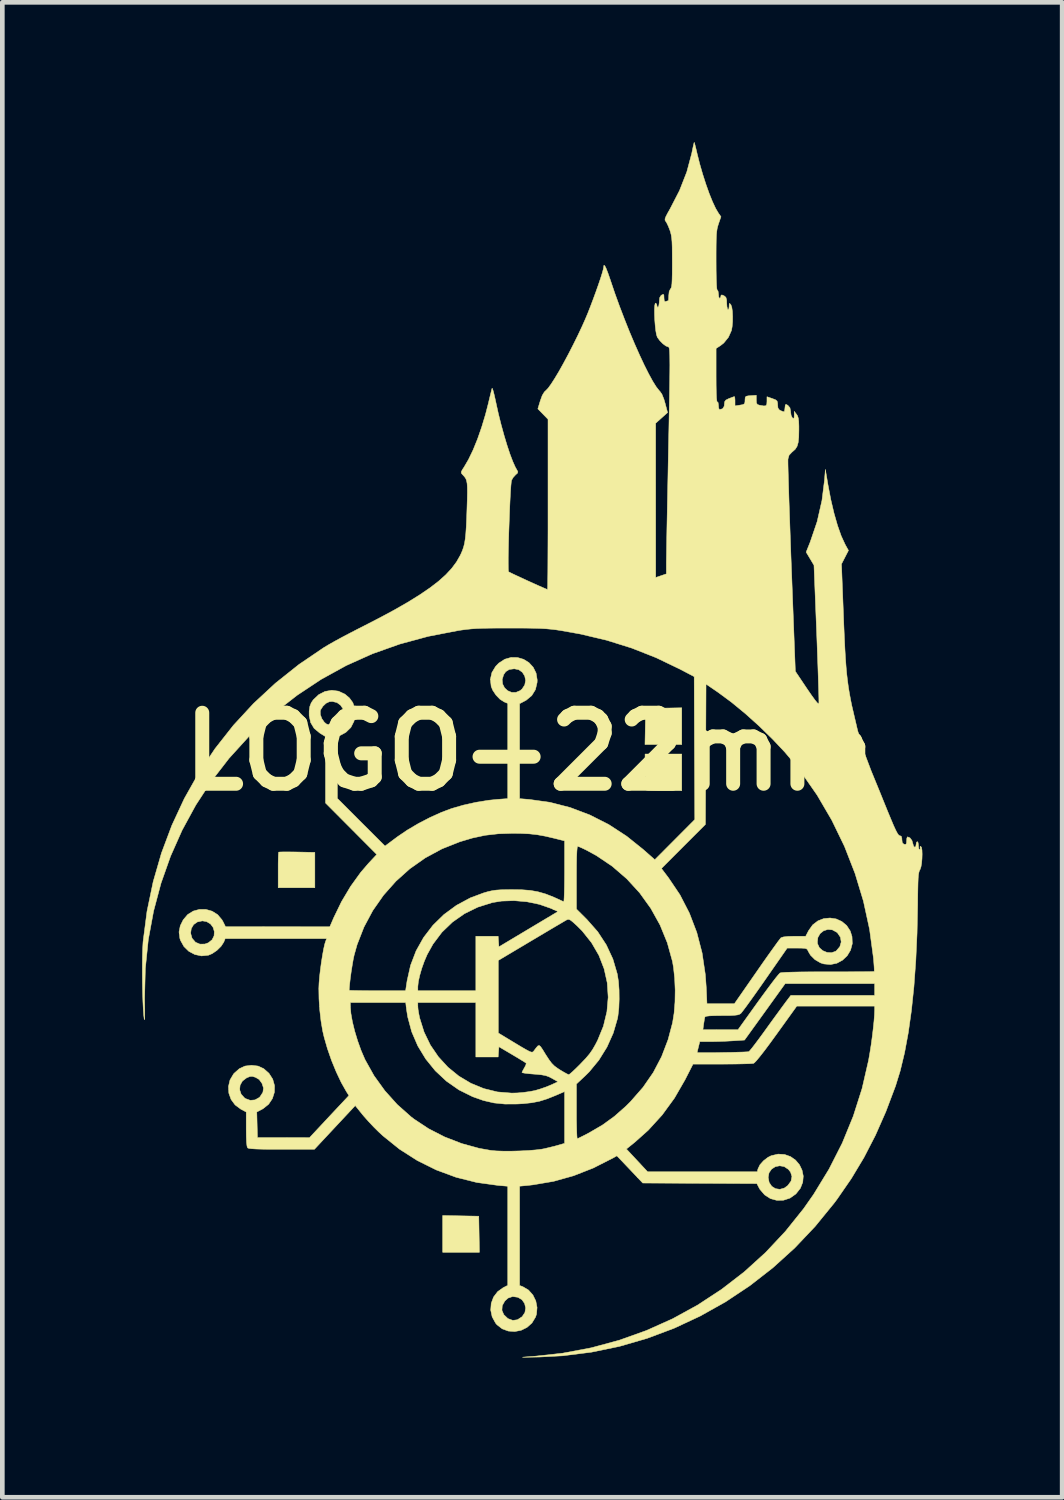
<source format=kicad_pcb>
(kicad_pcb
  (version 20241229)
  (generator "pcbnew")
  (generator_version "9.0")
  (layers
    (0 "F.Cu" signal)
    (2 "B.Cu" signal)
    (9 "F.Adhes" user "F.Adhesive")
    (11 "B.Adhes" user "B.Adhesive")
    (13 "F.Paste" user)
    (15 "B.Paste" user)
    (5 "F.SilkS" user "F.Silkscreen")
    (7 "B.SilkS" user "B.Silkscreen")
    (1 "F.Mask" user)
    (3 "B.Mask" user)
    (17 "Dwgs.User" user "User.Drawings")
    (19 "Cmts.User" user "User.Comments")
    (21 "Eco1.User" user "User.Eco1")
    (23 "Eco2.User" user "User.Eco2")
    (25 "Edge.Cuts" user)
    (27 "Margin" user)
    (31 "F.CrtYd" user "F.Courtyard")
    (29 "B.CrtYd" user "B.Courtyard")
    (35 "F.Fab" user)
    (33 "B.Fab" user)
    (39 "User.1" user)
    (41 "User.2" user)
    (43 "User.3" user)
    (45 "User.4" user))
  (footprint "LOGO-22mm"
    (layer "F.Cu")
    (at 8.33 13.081)
    (property "Reference" "LOGO-22mm" (at 0 0 0) (layer "F.SilkS") (effects (font (size 1.524 1.524) (thickness 0.3))))
    (attr through_hole)
    (fp_poly (pts (xy 3.251 -0.152) (xy 2.462 -0.152) (xy 2.477 -0.927) (xy 3.251 -0.941) (xy 3.251 -0.152)) (stroke (width 0.01) (type solid)) (fill yes) (layer "F.SilkS"))
    (fp_poly (pts (xy -1.105 9.97) (xy -1.098 10.357) (xy -1.091 10.744) (xy -1.88 10.744) (xy -1.88 9.955) (xy -1.105 9.97)) (stroke (width 0.01) (type solid)) (fill yes) (layer "F.SilkS"))
    (fp_poly (pts (xy -5.075 2.153) (xy -5.006 2.154) (xy -4.623 2.162) (xy -4.623 2.921) (xy -5.41 2.921) (xy -5.41 2.544) (xy -5.41 2.411) (xy -5.408 2.298) (xy -5.405 2.212) (xy -5.401 2.164) (xy -5.4 2.157) (xy -5.372 2.154) (xy -5.303 2.152) (xy -5.2 2.152) (xy -5.075 2.153)) (stroke (width 0.01) (type solid)) (fill yes) (layer "F.SilkS"))
    (fp_poly (pts (xy 3.251 0.838) (xy 2.874 0.838) (xy 2.741 0.837) (xy 2.626 0.834) (xy 2.539 0.83) (xy 2.489 0.824) (xy 2.481 0.821) (xy 2.475 0.791) (xy 2.47 0.72) (xy 2.466 0.616) (xy 2.464 0.49) (xy 2.464 0.428) (xy 2.464 0.051) (xy 3.251 0.051) (xy 3.251 0.838)) (stroke (width 0.01) (type solid)) (fill yes) (layer "F.SilkS"))
    (fp_poly (pts (xy 3.526 -13.056) (xy 3.542 -12.996) (xy 3.564 -12.908) (xy 3.581 -12.834) (xy 3.636 -12.615) (xy 3.7 -12.393) (xy 3.769 -12.179) (xy 3.84 -11.979) (xy 3.911 -11.803) (xy 3.978 -11.66) (xy 4.038 -11.558) (xy 4.039 -11.556) (xy 4.093 -11.48) (xy 4.04 -11.328) (xy 4.024 -11.276) (xy 4.011 -11.224) (xy 4.002 -11.163) (xy 3.995 -11.087) (xy 3.991 -10.987) (xy 3.989 -10.857) (xy 3.988 -10.689) (xy 3.988 -10.541) (xy 3.989 -10.326) (xy 3.992 -10.154) (xy 3.997 -10.025) (xy 4.003 -9.942) (xy 4.011 -9.907) (xy 4.013 -9.906) (xy 4.03 -9.884) (xy 4.038 -9.829) (xy 4.039 -9.817) (xy 4.045 -9.758) (xy 4.061 -9.729) (xy 4.064 -9.728) (xy 4.087 -9.749) (xy 4.089 -9.766) (xy 4.096 -9.799) (xy 4.124 -9.799) (xy 4.167 -9.778) (xy 4.199 -9.749) (xy 4.214 -9.694) (xy 4.216 -9.627) (xy 4.221 -9.552) (xy 4.233 -9.499) (xy 4.242 -9.487) (xy 4.26 -9.497) (xy 4.268 -9.548) (xy 4.268 -9.555) (xy 4.27 -9.61) (xy 4.28 -9.62) (xy 4.305 -9.591) (xy 4.306 -9.59) (xy 4.325 -9.538) (xy 4.338 -9.449) (xy 4.343 -9.34) (xy 4.342 -9.224) (xy 4.332 -9.116) (xy 4.318 -9.039) (xy 4.253 -8.893) (xy 4.152 -8.769) (xy 4.082 -8.714) (xy 3.988 -8.653) (xy 3.988 -8.071) (xy 3.989 -7.862) (xy 3.992 -7.7) (xy 3.997 -7.587) (xy 4.005 -7.521) (xy 4.013 -7.506) (xy 4.03 -7.495) (xy 4.038 -7.443) (xy 4.039 -7.431) (xy 4.044 -7.372) (xy 4.059 -7.342) (xy 4.062 -7.341) (xy 4.129 -7.359) (xy 4.162 -7.414) (xy 4.166 -7.455) (xy 4.172 -7.51) (xy 4.198 -7.545) (xy 4.259 -7.576) (xy 4.268 -7.579) (xy 4.333 -7.604) (xy 4.375 -7.619) (xy 4.382 -7.62) (xy 4.39 -7.597) (xy 4.394 -7.541) (xy 4.394 -7.52) (xy 4.394 -7.42) (xy 4.489 -7.435) (xy 4.561 -7.447) (xy 4.595 -7.465) (xy 4.607 -7.501) (xy 4.609 -7.551) (xy 4.613 -7.6) (xy 4.631 -7.626) (xy 4.678 -7.636) (xy 4.731 -7.64) (xy 4.851 -7.648) (xy 4.851 -7.548) (xy 4.855 -7.483) (xy 4.875 -7.45) (xy 4.923 -7.434) (xy 4.931 -7.433) (xy 5.013 -7.419) (xy 5.058 -7.424) (xy 5.076 -7.455) (xy 5.08 -7.517) (xy 5.08 -7.617) (xy 5.194 -7.578) (xy 5.264 -7.551) (xy 5.297 -7.524) (xy 5.308 -7.48) (xy 5.309 -7.444) (xy 5.316 -7.375) (xy 5.344 -7.335) (xy 5.373 -7.319) (xy 5.428 -7.296) (xy 5.453 -7.3) (xy 5.462 -7.341) (xy 5.466 -7.379) (xy 5.473 -7.438) (xy 5.488 -7.454) (xy 5.521 -7.436) (xy 5.531 -7.429) (xy 5.573 -7.38) (xy 5.588 -7.306) (xy 5.588 -7.291) (xy 5.598 -7.217) (xy 5.623 -7.166) (xy 5.626 -7.163) (xy 5.652 -7.149) (xy 5.663 -7.17) (xy 5.665 -7.217) (xy 5.665 -7.303) (xy 5.715 -7.239) (xy 5.738 -7.203) (xy 5.752 -7.156) (xy 5.761 -7.088) (xy 5.765 -6.988) (xy 5.765 -6.901) (xy 5.762 -6.748) (xy 5.75 -6.635) (xy 5.726 -6.552) (xy 5.686 -6.489) (xy 5.627 -6.436) (xy 5.617 -6.428) (xy 5.555 -6.363) (xy 5.531 -6.28) (xy 5.53 -6.241) (xy 5.531 -6.155) (xy 5.534 -6.026) (xy 5.539 -5.857) (xy 5.545 -5.653) (xy 5.552 -5.418) (xy 5.561 -5.154) (xy 5.571 -4.867) (xy 5.582 -4.56) (xy 5.593 -4.236) (xy 5.604 -3.954) (xy 5.689 -1.724) (xy 5.937 -1.354) (xy 6.036 -1.21) (xy 6.11 -1.108) (xy 6.16 -1.047) (xy 6.188 -1.026) (xy 6.194 -1.032) (xy 6.195 -1.066) (xy 6.194 -1.145) (xy 6.191 -1.266) (xy 6.186 -1.424) (xy 6.18 -1.614) (xy 6.173 -1.831) (xy 6.164 -2.071) (xy 6.155 -2.329) (xy 6.147 -2.54) (xy 6.089 -4) (xy 6.005 -4.141) (xy 5.921 -4.282) (xy 6.007 -4.497) (xy 6.157 -4.937) (xy 6.26 -5.39) (xy 6.315 -5.829) (xy 6.333 -6.058) (xy 6.389 -5.728) (xy 6.45 -5.409) (xy 6.519 -5.116) (xy 6.594 -4.854) (xy 6.673 -4.63) (xy 6.756 -4.45) (xy 6.768 -4.427) (xy 6.829 -4.318) (xy 6.754 -4.172) (xy 6.679 -4.026) (xy 6.718 -3.023) (xy 6.73 -2.706) (xy 6.742 -2.434) (xy 6.753 -2.2) (xy 6.765 -1.998) (xy 6.778 -1.822) (xy 6.792 -1.666) (xy 6.809 -1.523) (xy 6.827 -1.388) (xy 6.849 -1.254) (xy 6.875 -1.114) (xy 6.897 -1.003) (xy 7.026 -0.451) (xy 7.185 0.065) (xy 7.314 0.407) (xy 7.364 0.529) (xy 7.428 0.685) (xy 7.501 0.863) (xy 7.576 1.049) (xy 7.65 1.231) (xy 7.663 1.264) (xy 7.738 1.444) (xy 7.796 1.582) (xy 7.842 1.682) (xy 7.877 1.749) (xy 7.904 1.788) (xy 7.924 1.803) (xy 7.929 1.803) (xy 7.962 1.816) (xy 7.975 1.861) (xy 7.976 1.889) (xy 7.984 1.955) (xy 8.016 1.985) (xy 8.026 1.989) (xy 8.061 1.99) (xy 8.075 1.962) (xy 8.077 1.915) (xy 8.082 1.857) (xy 8.095 1.829) (xy 8.098 1.829) (xy 8.149 1.851) (xy 8.191 1.906) (xy 8.209 1.967) (xy 8.225 2.025) (xy 8.249 2.051) (xy 8.272 2.042) (xy 8.28 1.996) (xy 8.289 1.947) (xy 8.306 1.93) (xy 8.323 1.953) (xy 8.331 2.008) (xy 8.331 2.019) (xy 8.337 2.078) (xy 8.353 2.107) (xy 8.356 2.108) (xy 8.37 2.09) (xy 8.366 2.07) (xy 8.367 2.037) (xy 8.379 2.032) (xy 8.396 2.055) (xy 8.407 2.115) (xy 8.41 2.2) (xy 8.407 2.297) (xy 8.399 2.393) (xy 8.385 2.474) (xy 8.366 2.529) (xy 8.364 2.532) (xy 8.35 2.558) (xy 8.34 2.594) (xy 8.331 2.645) (xy 8.325 2.719) (xy 8.321 2.821) (xy 8.318 2.957) (xy 8.315 3.134) (xy 8.314 3.274) (xy 8.301 3.898) (xy 8.274 4.488) (xy 8.234 5.042) (xy 8.18 5.557) (xy 8.113 6.031) (xy 8.033 6.462) (xy 7.94 6.849) (xy 7.839 7.176) (xy 7.632 7.725) (xy 7.408 8.233) (xy 7.162 8.71) (xy 6.89 9.163) (xy 6.586 9.603) (xy 6.521 9.69) (xy 6.114 10.189) (xy 5.675 10.652) (xy 5.206 11.077) (xy 4.71 11.463) (xy 4.19 11.809) (xy 3.647 12.113) (xy 3.086 12.375) (xy 2.507 12.592) (xy 1.914 12.764) (xy 1.309 12.889) (xy 0.695 12.966) (xy 0.203 12.992) (xy 0.04 12.995) (xy -0.075 12.997) (xy -0.143 12.998) (xy -0.167 12.997) (xy -0.147 12.994) (xy -0.087 12.989) (xy 0.012 12.982) (xy 0.064 12.979) (xy 0.694 12.91) (xy 1.31 12.794) (xy 1.911 12.631) (xy 2.493 12.423) (xy 3.055 12.171) (xy 3.593 11.876) (xy 4.107 11.539) (xy 4.594 11.163) (xy 5.051 10.748) (xy 5.476 10.295) (xy 5.867 9.807) (xy 6.082 9.5) (xy 6.412 8.959) (xy 6.696 8.4) (xy 6.932 7.823) (xy 7.121 7.23) (xy 7.261 6.622) (xy 7.289 6.46) (xy 7.315 6.295) (xy 7.339 6.119) (xy 7.36 5.944) (xy 7.377 5.781) (xy 7.387 5.645) (xy 7.391 5.547) (xy 7.391 5.461) (xy 5.72 5.461) (xy 5.283 6.068) (xy 5.147 6.255) (xy 5.03 6.412) (xy 4.933 6.536) (xy 4.859 6.626) (xy 4.809 6.678) (xy 4.791 6.69) (xy 4.751 6.694) (xy 4.669 6.698) (xy 4.55 6.701) (xy 4.404 6.704) (xy 4.238 6.705) (xy 4.115 6.706) (xy 3.493 6.706) (xy 3.321 7.043) (xy 3.095 7.435) (xy 2.831 7.797) (xy 2.532 8.125) (xy 2.244 8.382) (xy 2.063 8.528) (xy 2.291 8.772) (xy 2.519 9.017) (xy 4.871 9.017) (xy 4.887 8.954) (xy 4.929 8.867) (xy 5.006 8.78) (xy 5.101 8.707) (xy 5.17 8.672) (xy 5.32 8.637) (xy 5.46 8.646) (xy 5.586 8.691) (xy 5.693 8.766) (xy 5.777 8.865) (xy 5.833 8.982) (xy 5.859 9.109) (xy 5.848 9.24) (xy 5.797 9.37) (xy 5.702 9.49) (xy 5.702 9.491) (xy 5.575 9.581) (xy 5.435 9.627) (xy 5.292 9.63) (xy 5.154 9.592) (xy 5.031 9.513) (xy 4.93 9.396) (xy 4.906 9.353) (xy 4.863 9.27) (xy 2.414 9.258) (xy 2.298 9.136) (xy 5.106 9.136) (xy 5.127 9.246) (xy 5.183 9.329) (xy 5.263 9.379) (xy 5.356 9.393) (xy 5.453 9.366) (xy 5.527 9.312) (xy 5.597 9.216) (xy 5.616 9.118) (xy 5.586 9.023) (xy 5.539 8.964) (xy 5.45 8.905) (xy 5.353 8.888) (xy 5.259 8.907) (xy 5.179 8.959) (xy 5.124 9.039) (xy 5.106 9.136) (xy 2.298 9.136) (xy 2.137 8.966) (xy 1.859 8.674) (xy 1.774 8.722) (xy 1.352 8.936) (xy 0.929 9.102) (xy 0.5 9.222) (xy 0.057 9.297) (xy -0.057 9.31) (xy -0.229 9.326) (xy -0.229 11.457) (xy -0.159 11.483) (xy -0.039 11.554) (xy 0.056 11.66) (xy 0.119 11.789) (xy 0.146 11.93) (xy 0.134 12.072) (xy 0.113 12.135) (xy 0.036 12.262) (xy -0.071 12.357) (xy -0.197 12.419) (xy -0.334 12.445) (xy -0.472 12.435) (xy -0.602 12.387) (xy -0.714 12.3) (xy -0.744 12.265) (xy -0.818 12.129) (xy -0.848 11.989) (xy -0.608 11.989) (xy -0.568 12.083) (xy -0.483 12.164) (xy -0.475 12.169) (xy -0.375 12.206) (xy -0.275 12.192) (xy -0.177 12.128) (xy -0.172 12.123) (xy -0.115 12.037) (xy -0.099 11.94) (xy -0.121 11.844) (xy -0.178 11.762) (xy -0.266 11.71) (xy -0.378 11.694) (xy -0.476 11.727) (xy -0.546 11.79) (xy -0.601 11.889) (xy -0.608 11.989) (xy -0.848 11.989) (xy -0.849 11.985) (xy -0.838 11.84) (xy -0.788 11.705) (xy -0.7 11.589) (xy -0.583 11.505) (xy -0.483 11.454) (xy -0.483 9.327) (xy -0.692 9.309) (xy -1.148 9.246) (xy -1.591 9.135) (xy -2.018 8.977) (xy -2.425 8.775) (xy -2.807 8.531) (xy -3.162 8.245) (xy -3.254 8.16) (xy -3.359 8.056) (xy -3.469 7.939) (xy -3.567 7.829) (xy -3.608 7.78) (xy -3.756 7.596) (xy -4.194 8.065) (xy -4.632 8.534) (xy -5.333 8.534) (xy -5.561 8.534) (xy -5.741 8.532) (xy -5.878 8.528) (xy -5.975 8.522) (xy -6.036 8.515) (xy -6.064 8.505) (xy -6.066 8.504) (xy -6.079 8.467) (xy -6.089 8.386) (xy -6.094 8.259) (xy -6.096 8.104) (xy -6.096 7.734) (xy -6.213 7.672) (xy -6.335 7.581) (xy -6.421 7.464) (xy -6.469 7.329) (xy -6.473 7.255) (xy -6.237 7.255) (xy -6.205 7.351) (xy -6.132 7.432) (xy -6.111 7.446) (xy -6.01 7.483) (xy -5.908 7.474) (xy -5.818 7.424) (xy -5.798 7.404) (xy -5.738 7.311) (xy -5.725 7.219) (xy -5.757 7.12) (xy -5.819 7.035) (xy -5.898 6.989) (xy -5.964 6.969) (xy -6.017 6.972) (xy -6.085 7) (xy -6.088 7.001) (xy -6.177 7.069) (xy -6.227 7.158) (xy -6.237 7.255) (xy -6.473 7.255) (xy -6.477 7.187) (xy -6.444 7.047) (xy -6.369 6.919) (xy -6.355 6.903) (xy -6.243 6.804) (xy -6.123 6.748) (xy -5.982 6.731) (xy -5.84 6.748) (xy -5.72 6.804) (xy -5.608 6.903) (xy -5.527 7.029) (xy -5.488 7.168) (xy -5.491 7.31) (xy -5.534 7.446) (xy -5.615 7.567) (xy -5.732 7.661) (xy -5.751 7.672) (xy -5.869 7.734) (xy -5.862 8.008) (xy -5.855 8.283) (xy -5.296 8.283) (xy -4.737 8.284) (xy -4.315 7.832) (xy -3.892 7.381) (xy -3.95 7.289) (xy -4.057 7.099) (xy -4.164 6.873) (xy -4.265 6.627) (xy -4.353 6.374) (xy -4.423 6.131) (xy -4.455 5.994) (xy -4.491 5.78) (xy -4.518 5.544) (xy -4.529 5.385) (xy -3.861 5.385) (xy -3.861 5.471) (xy -3.849 5.618) (xy -3.817 5.798) (xy -3.768 5.998) (xy -3.705 6.206) (xy -3.632 6.41) (xy -3.551 6.599) (xy -3.542 6.617) (xy -3.353 6.955) (xy -3.121 7.277) (xy -2.854 7.574) (xy -2.558 7.837) (xy -2.494 7.886) (xy -2.182 8.092) (xy -1.837 8.269) (xy -1.47 8.411) (xy -1.095 8.514) (xy -0.847 8.558) (xy -0.729 8.569) (xy -0.576 8.574) (xy -0.401 8.574) (xy -0.217 8.569) (xy -0.039 8.56) (xy 0.121 8.547) (xy 0.249 8.531) (xy 0.292 8.523) (xy 0.406 8.496) (xy 0.524 8.467) (xy 0.603 8.445) (xy 0.737 8.406) (xy 0.737 7.295) (xy 0.54 7.38) (xy 0.36 7.452) (xy 0.197 7.503) (xy 0.032 7.535) (xy -0.154 7.555) (xy -0.281 7.562) (xy -0.545 7.563) (xy -0.78 7.539) (xy -1.005 7.487) (xy -1.237 7.405) (xy -1.531 7.259) (xy -1.799 7.072) (xy -2.038 6.849) (xy -2.244 6.595) (xy -2.414 6.315) (xy -2.544 6.013) (xy -2.63 5.694) (xy -2.656 5.531) (xy -2.673 5.385) (xy -2.413 5.385) (xy -2.413 5.467) (xy -2.407 5.536) (xy -2.391 5.631) (xy -2.374 5.715) (xy -2.279 6.018) (xy -2.144 6.297) (xy -1.971 6.55) (xy -1.766 6.773) (xy -1.533 6.963) (xy -1.275 7.117) (xy -0.997 7.231) (xy -0.704 7.303) (xy -0.399 7.328) (xy -0.279 7.325) (xy -0.152 7.314) (xy -0.018 7.296) (xy 0.094 7.275) (xy 0.102 7.273) (xy 0.217 7.239) (xy 0.346 7.194) (xy 0.431 7.159) (xy 0.595 7.085) (xy 0.468 7.012) (xy 0.398 6.976) (xy 0.329 6.952) (xy 0.243 6.936) (xy 0.128 6.924) (xy 0.081 6.921) (xy -0.026 6.912) (xy -0.112 6.902) (xy -0.165 6.892) (xy -0.178 6.886) (xy -0.166 6.857) (xy -0.136 6.802) (xy -0.126 6.785) (xy -0.096 6.728) (xy -0.087 6.69) (xy -0.089 6.685) (xy -0.115 6.667) (xy -0.176 6.629) (xy -0.264 6.575) (xy -0.37 6.512) (xy -0.388 6.501) (xy -0.673 6.333) (xy -0.689 6.553) (xy -1.168 6.553) (xy -1.168 5.385) (xy -2.413 5.385) (xy -2.673 5.385) (xy -3.861 5.385) (xy -4.529 5.385) (xy -4.534 5.307) (xy -4.537 5.121) (xy -3.886 5.121) (xy -3.862 5.124) (xy -3.794 5.126) (xy -3.689 5.128) (xy -3.554 5.13) (xy -3.396 5.131) (xy -3.281 5.131) (xy -2.675 5.131) (xy -2.663 5.046) (xy -2.413 5.046) (xy -2.413 5.131) (xy -1.168 5.131) (xy -1.168 4.481) (xy -0.686 4.481) (xy -0.686 6.038) (xy -0.324 6.257) (xy -0.191 6.337) (xy -0.094 6.393) (xy -0.027 6.429) (xy 0.017 6.447) (xy 0.044 6.449) (xy 0.063 6.44) (xy 0.076 6.424) (xy 0.127 6.356) (xy 0.163 6.315) (xy 0.192 6.306) (xy 0.222 6.331) (xy 0.264 6.392) (xy 0.325 6.492) (xy 0.33 6.5) (xy 0.401 6.609) (xy 0.459 6.687) (xy 0.518 6.746) (xy 0.589 6.798) (xy 0.635 6.828) (xy 0.717 6.877) (xy 0.784 6.914) (xy 0.823 6.932) (xy 0.826 6.932) (xy 0.852 6.916) (xy 0.906 6.869) (xy 0.98 6.799) (xy 1.067 6.713) (xy 1.083 6.696) (xy 1.191 6.583) (xy 1.272 6.487) (xy 1.337 6.394) (xy 1.398 6.288) (xy 1.446 6.195) (xy 1.57 5.891) (xy 1.645 5.581) (xy 1.672 5.27) (xy 1.652 4.962) (xy 1.585 4.661) (xy 1.473 4.372) (xy 1.315 4.1) (xy 1.114 3.848) (xy 1.005 3.739) (xy 0.923 3.664) (xy 0.869 3.62) (xy 0.832 3.601) (xy 0.802 3.602) (xy 0.777 3.613) (xy 0.742 3.633) (xy 0.668 3.677) (xy 0.562 3.739) (xy 0.43 3.817) (xy 0.277 3.908) (xy 0.109 4.008) (xy 0.016 4.063) (xy -0.686 4.481) (xy -1.168 4.481) (xy -1.168 3.962) (xy -0.689 3.962) (xy -0.681 4.076) (xy -0.673 4.189) (xy 0.595 3.431) (xy 0.444 3.364) (xy 0.199 3.278) (xy -0.07 3.222) (xy -0.347 3.198) (xy -0.616 3.207) (xy -0.813 3.239) (xy -1.125 3.337) (xy -1.411 3.477) (xy -1.669 3.658) (xy -1.896 3.876) (xy -2.088 4.131) (xy -2.213 4.356) (xy -2.273 4.496) (xy -2.328 4.649) (xy -2.372 4.801) (xy -2.402 4.937) (xy -2.413 5.043) (xy -2.413 5.046) (xy -2.663 5.046) (xy -2.643 4.916) (xy -2.569 4.586) (xy -2.45 4.275) (xy -2.289 3.988) (xy -2.089 3.727) (xy -1.853 3.496) (xy -1.585 3.299) (xy -1.288 3.139) (xy -1.002 3.032) (xy -0.906 3.004) (xy -0.821 2.985) (xy -0.735 2.972) (xy -0.635 2.965) (xy -0.506 2.962) (xy -0.394 2.961) (xy -0.181 2.964) (xy 0.00006 2.978) (xy 0.164 3.007) (xy 0.326 3.053) (xy 0.5 3.121) (xy 0.701 3.213) (xy 0.718 3.221) (xy 0.723 3.199) (xy 0.727 3.133) (xy 0.731 3.029) (xy 0.734 2.895) (xy 0.736 2.735) (xy 0.736 2.705) (xy 0.991 2.705) (xy 0.991 3.378) (xy 1.214 3.6) (xy 1.447 3.864) (xy 1.632 4.147) (xy 1.773 4.45) (xy 1.869 4.777) (xy 1.869 4.781) (xy 1.893 4.934) (xy 1.906 5.117) (xy 1.908 5.314) (xy 1.901 5.504) (xy 1.882 5.671) (xy 1.872 5.728) (xy 1.781 6.04) (xy 1.646 6.341) (xy 1.472 6.621) (xy 1.265 6.872) (xy 1.181 6.955) (xy 0.991 7.133) (xy 0.991 7.719) (xy 0.991 7.886) (xy 0.994 8.034) (xy 0.997 8.156) (xy 1.001 8.246) (xy 1.006 8.297) (xy 1.01 8.305) (xy 1.039 8.294) (xy 1.102 8.263) (xy 1.19 8.219) (xy 1.267 8.178) (xy 1.551 8.012) (xy 1.806 7.827) (xy 2.051 7.611) (xy 2.154 7.508) (xy 2.42 7.204) (xy 2.64 6.886) (xy 2.818 6.546) (xy 2.852 6.458) (xy 3.581 6.458) (xy 3.605 6.46) (xy 3.671 6.461) (xy 3.77 6.461) (xy 3.893 6.461) (xy 4.031 6.459) (xy 4.176 6.456) (xy 4.318 6.454) (xy 4.449 6.45) (xy 4.56 6.447) (xy 4.642 6.443) (xy 4.686 6.44) (xy 4.69 6.439) (xy 4.712 6.417) (xy 4.76 6.359) (xy 4.827 6.272) (xy 4.91 6.161) (xy 5.003 6.034) (xy 5.044 5.977) (xy 5.147 5.834) (xy 5.248 5.695) (xy 5.34 5.569) (xy 5.416 5.465) (xy 5.471 5.391) (xy 5.48 5.378) (xy 5.591 5.232) (xy 7.391 5.232) (xy 7.391 4.978) (xy 5.471 4.978) (xy 5.035 5.584) (xy 4.598 6.19) (xy 4.35 6.206) (xy 4.206 6.214) (xy 4.046 6.22) (xy 3.9 6.223) (xy 3.87 6.223) (xy 3.638 6.223) (xy 3.61 6.336) (xy 3.593 6.405) (xy 3.583 6.45) (xy 3.581 6.458) (xy 2.852 6.458) (xy 2.958 6.18) (xy 3.054 5.818) (xy 3.087 5.611) (xy 3.106 5.372) (xy 3.11 5.117) (xy 3.099 4.865) (xy 3.074 4.631) (xy 3.052 4.503) (xy 2.941 4.102) (xy 2.785 3.72) (xy 2.586 3.362) (xy 2.347 3.03) (xy 2.071 2.729) (xy 1.814 2.507) (xy 2.815 2.507) (xy 2.967 2.708) (xy 3.213 3.073) (xy 3.415 3.465) (xy 3.574 3.881) (xy 3.688 4.321) (xy 3.757 4.785) (xy 3.777 5.061) (xy 3.792 5.41) (xy 4.087 5.41) (xy 4.381 5.41) (xy 4.862 4.718) (xy 4.978 4.551) (xy 5.087 4.396) (xy 5.184 4.26) (xy 5.266 4.146) (xy 5.304 4.094) (xy 6.161 4.094) (xy 6.165 4.121) (xy 6.204 4.207) (xy 6.277 4.271) (xy 6.369 4.309) (xy 6.467 4.315) (xy 6.554 4.284) (xy 6.569 4.273) (xy 6.644 4.185) (xy 6.673 4.085) (xy 6.657 3.984) (xy 6.595 3.892) (xy 6.576 3.875) (xy 6.482 3.824) (xy 6.385 3.816) (xy 6.295 3.845) (xy 6.22 3.905) (xy 6.172 3.99) (xy 6.161 4.094) (xy 5.304 4.094) (xy 5.329 4.06) (xy 5.369 4.008) (xy 5.381 3.994) (xy 5.431 3.977) (xy 5.527 3.966) (xy 5.666 3.962) (xy 5.911 3.962) (xy 5.973 3.842) (xy 6.061 3.718) (xy 6.173 3.632) (xy 6.299 3.583) (xy 6.433 3.57) (xy 6.565 3.59) (xy 6.686 3.645) (xy 6.79 3.731) (xy 6.867 3.849) (xy 6.905 3.969) (xy 6.911 4.121) (xy 6.874 4.26) (xy 6.802 4.38) (xy 6.702 4.475) (xy 6.58 4.541) (xy 6.444 4.569) (xy 6.3 4.556) (xy 6.229 4.533) (xy 6.109 4.463) (xy 6.014 4.368) (xy 5.968 4.29) (xy 5.951 4.254) (xy 5.929 4.232) (xy 5.891 4.221) (xy 5.824 4.217) (xy 5.726 4.216) (xy 5.514 4.216) (xy 5.041 4.896) (xy 4.925 5.062) (xy 4.816 5.216) (xy 4.718 5.353) (xy 4.635 5.468) (xy 4.57 5.554) (xy 4.529 5.607) (xy 4.517 5.62) (xy 4.488 5.638) (xy 4.448 5.65) (xy 4.385 5.658) (xy 4.293 5.663) (xy 4.161 5.664) (xy 4.111 5.664) (xy 3.959 5.666) (xy 3.852 5.67) (xy 3.784 5.678) (xy 3.752 5.69) (xy 3.748 5.696) (xy 3.738 5.739) (xy 3.727 5.811) (xy 3.721 5.848) (xy 3.705 5.969) (xy 4.081 5.968) (xy 4.458 5.968) (xy 4.886 5.371) (xy 4.998 5.217) (xy 5.102 5.076) (xy 5.194 4.953) (xy 5.27 4.854) (xy 5.327 4.785) (xy 5.359 4.751) (xy 5.362 4.749) (xy 5.4 4.742) (xy 5.486 4.736) (xy 5.616 4.732) (xy 5.786 4.728) (xy 5.995 4.726) (xy 6.238 4.725) (xy 6.391 4.725) (xy 6.609 4.725) (xy 6.81 4.725) (xy 6.99 4.724) (xy 7.143 4.723) (xy 7.262 4.722) (xy 7.343 4.72) (xy 7.38 4.718) (xy 7.382 4.717) (xy 7.383 4.69) (xy 7.38 4.622) (xy 7.373 4.526) (xy 7.365 4.43) (xy 7.282 3.815) (xy 7.15 3.208) (xy 6.97 2.614) (xy 6.744 2.034) (xy 6.472 1.473) (xy 6.157 0.934) (xy 5.799 0.42) (xy 5.69 0.279) (xy 5.463 0.01) (xy 5.2 -0.269) (xy 4.914 -0.548) (xy 4.617 -0.815) (xy 4.319 -1.06) (xy 4.032 -1.272) (xy 4 -1.294) (xy 3.772 -1.45) (xy 3.759 1.562) (xy 3.287 2.034) (xy 2.815 2.507) (xy 1.814 2.507) (xy 1.761 2.461) (xy 1.418 2.23) (xy 1.215 2.119) (xy 1.129 2.077) (xy 1.059 2.046) (xy 1.019 2.032) (xy 1.017 2.032) (xy 1.008 2.057) (xy 1.001 2.133) (xy 0.995 2.257) (xy 0.992 2.43) (xy 0.991 2.651) (xy 0.991 2.705) (xy 0.736 2.705) (xy 0.737 2.572) (xy 0.737 1.915) (xy 0.514 1.859) (xy 0.321 1.814) (xy 0.149 1.783) (xy -0.021 1.764) (xy -0.207 1.755) (xy -0.383 1.753) (xy -0.687 1.763) (xy -0.967 1.795) (xy -1.242 1.854) (xy -1.511 1.934) (xy -1.894 2.086) (xy -2.253 2.28) (xy -2.584 2.513) (xy -2.884 2.782) (xy -3.15 3.082) (xy -3.38 3.411) (xy -3.569 3.765) (xy -3.716 4.141) (xy -3.78 4.369) (xy -3.8 4.463) (xy -3.821 4.586) (xy -3.843 4.724) (xy -3.862 4.863) (xy -3.876 4.988) (xy -3.885 5.086) (xy -3.886 5.121) (xy -4.537 5.121) (xy -4.538 5.088) (xy -4.533 4.966) (xy -4.522 4.831) (xy -4.504 4.679) (xy -4.483 4.522) (xy -4.459 4.371) (xy -4.435 4.238) (xy -4.412 4.135) (xy -4.396 4.082) (xy -4.37 4.013) (xy -6.547 4.013) (xy -6.578 4.089) (xy -6.636 4.178) (xy -6.724 4.265) (xy -6.827 4.335) (xy -6.908 4.369) (xy -7.055 4.384) (xy -7.198 4.354) (xy -7.328 4.285) (xy -7.433 4.182) (xy -7.506 4.051) (xy -7.52 4.008) (xy -7.534 3.897) (xy -7.289 3.897) (xy -7.259 4.002) (xy -7.254 4.01) (xy -7.184 4.091) (xy -7.089 4.131) (xy -6.982 4.129) (xy -6.908 4.102) (xy -6.828 4.037) (xy -6.786 3.953) (xy -6.78 3.862) (xy -6.806 3.773) (xy -6.862 3.698) (xy -6.945 3.648) (xy -7.036 3.632) (xy -7.143 3.654) (xy -7.225 3.712) (xy -7.275 3.797) (xy -7.289 3.897) (xy -7.534 3.897) (xy -7.538 3.87) (xy -7.511 3.736) (xy -7.449 3.611) (xy -7.353 3.497) (xy -7.233 3.422) (xy -7.099 3.385) (xy -6.961 3.386) (xy -6.828 3.424) (xy -6.71 3.498) (xy -6.616 3.609) (xy -6.593 3.65) (xy -6.54 3.757) (xy -5.421 3.758) (xy -4.302 3.759) (xy -4.217 3.562) (xy -4.05 3.218) (xy -3.855 2.891) (xy -3.64 2.593) (xy -3.472 2.397) (xy -3.294 2.207) (xy -4.394 1.102) (xy -4.394 -0.323) (xy -4.517 -0.399) (xy -4.638 -0.499) (xy -4.713 -0.624) (xy -4.745 -0.773) (xy -4.745 -0.865) (xy -4.744 -0.873) (xy -4.507 -0.873) (xy -4.505 -0.794) (xy -4.472 -0.706) (xy -4.418 -0.629) (xy -4.369 -0.59) (xy -4.276 -0.568) (xy -4.175 -0.582) (xy -4.086 -0.628) (xy -4.071 -0.642) (xy -4.013 -0.73) (xy -3.997 -0.825) (xy -4.018 -0.917) (xy -4.07 -0.996) (xy -4.148 -1.053) (xy -4.247 -1.077) (xy -4.311 -1.072) (xy -4.383 -1.038) (xy -4.451 -0.973) (xy -4.499 -0.897) (xy -4.507 -0.873) (xy -4.744 -0.873) (xy -4.731 -0.969) (xy -4.701 -1.047) (xy -4.658 -1.111) (xy -4.54 -1.223) (xy -4.405 -1.292) (xy -4.26 -1.317) (xy -4.116 -1.298) (xy -3.978 -1.234) (xy -3.881 -1.152) (xy -3.808 -1.052) (xy -3.769 -0.937) (xy -3.759 -0.81) (xy -3.782 -0.653) (xy -3.85 -0.519) (xy -3.958 -0.414) (xy -4.063 -0.356) (xy -4.14 -0.324) (xy -4.14 0.339) (xy -4.14 1.003) (xy -3.629 1.515) (xy -3.117 2.026) (xy -2.848 1.825) (xy -2.642 1.685) (xy -2.405 1.545) (xy -2.153 1.414) (xy -1.905 1.302) (xy -1.689 1.221) (xy -1.433 1.147) (xy -1.159 1.086) (xy -0.889 1.043) (xy -0.713 1.025) (xy -0.483 1.008) (xy -0.483 -1.035) (xy -0.559 -1.067) (xy -0.649 -1.124) (xy -0.736 -1.214) (xy -0.806 -1.319) (xy -0.839 -1.4) (xy -0.855 -1.547) (xy -0.603 -1.547) (xy -0.593 -1.451) (xy -0.551 -1.369) (xy -0.484 -1.307) (xy -0.4 -1.272) (xy -0.309 -1.271) (xy -0.218 -1.309) (xy -0.176 -1.344) (xy -0.118 -1.432) (xy -0.1 -1.529) (xy -0.119 -1.623) (xy -0.17 -1.704) (xy -0.248 -1.759) (xy -0.343 -1.778) (xy -0.45 -1.764) (xy -0.526 -1.717) (xy -0.571 -1.652) (xy -0.603 -1.547) (xy -0.855 -1.547) (xy -0.856 -1.553) (xy -0.823 -1.698) (xy -0.743 -1.83) (xy -0.675 -1.9) (xy -0.547 -1.983) (xy -0.411 -2.022) (xy -0.274 -2.02) (xy -0.144 -1.982) (xy -0.029 -1.911) (xy 0.063 -1.811) (xy 0.125 -1.686) (xy 0.149 -1.539) (xy 0.147 -1.486) (xy 0.111 -1.331) (xy 0.032 -1.203) (xy -0.087 -1.104) (xy -0.111 -1.091) (xy -0.229 -1.029) (xy -0.229 1.009) (xy -0.019 1.026) (xy 0.423 1.088) (xy 0.856 1.199) (xy 1.277 1.358) (xy 1.682 1.563) (xy 2.069 1.815) (xy 2.422 2.098) (xy 2.673 2.319) (xy 3.531 1.457) (xy 3.524 -0.076) (xy 3.518 -1.61) (xy 3.213 -1.77) (xy 2.701 -2.016) (xy 2.179 -2.222) (xy 1.639 -2.391) (xy 1.071 -2.525) (xy 0.661 -2.598) (xy 0.551 -2.615) (xy 0.447 -2.627) (xy 0.339 -2.637) (xy 0.221 -2.644) (xy 0.082 -2.648) (xy -0.085 -2.651) (xy -0.289 -2.652) (xy -0.445 -2.652) (xy -0.677 -2.652) (xy -0.867 -2.65) (xy -1.023 -2.647) (xy -1.153 -2.642) (xy -1.267 -2.634) (xy -1.372 -2.623) (xy -1.478 -2.609) (xy -1.55 -2.598) (xy -2.19 -2.474) (xy -2.802 -2.308) (xy -3.388 -2.1) (xy -3.949 -1.848) (xy -4.487 -1.552) (xy -5.003 -1.21) (xy -5.498 -0.824) (xy -5.588 -0.747) (xy -6.046 -0.317) (xy -6.464 0.143) (xy -6.842 0.632) (xy -7.178 1.147) (xy -7.471 1.685) (xy -7.72 2.245) (xy -7.925 2.825) (xy -8.084 3.422) (xy -8.197 4.033) (xy -8.261 4.657) (xy -8.277 5.291) (xy -8.276 5.372) (xy -8.273 5.522) (xy -8.273 5.638) (xy -8.275 5.717) (xy -8.279 5.754) (xy -8.284 5.744) (xy -8.285 5.74) (xy -8.296 5.652) (xy -8.305 5.522) (xy -8.313 5.36) (xy -8.319 5.175) (xy -8.323 4.976) (xy -8.325 4.773) (xy -8.325 4.574) (xy -8.323 4.389) (xy -8.318 4.227) (xy -8.311 4.098) (xy -8.309 4.074) (xy -8.225 3.426) (xy -8.093 2.793) (xy -7.915 2.177) (xy -7.692 1.582) (xy -7.425 1.008) (xy -7.115 0.457) (xy -6.763 -0.067) (xy -6.371 -0.565) (xy -5.94 -1.032) (xy -5.47 -1.468) (xy -4.964 -1.871) (xy -4.432 -2.232) (xy -4.332 -2.292) (xy -4.198 -2.368) (xy -4.04 -2.454) (xy -3.869 -2.544) (xy -3.697 -2.633) (xy -3.645 -2.659) (xy -3.262 -2.856) (xy -2.924 -3.037) (xy -2.629 -3.206) (xy -2.373 -3.365) (xy -2.153 -3.515) (xy -1.967 -3.658) (xy -1.812 -3.797) (xy -1.685 -3.934) (xy -1.583 -4.071) (xy -1.504 -4.21) (xy -1.487 -4.245) (xy -1.455 -4.319) (xy -1.43 -4.393) (xy -1.41 -4.473) (xy -1.395 -4.568) (xy -1.383 -4.685) (xy -1.373 -4.832) (xy -1.365 -5.015) (xy -1.358 -5.213) (xy -1.352 -5.406) (xy -1.349 -5.555) (xy -1.35 -5.668) (xy -1.355 -5.751) (xy -1.366 -5.812) (xy -1.383 -5.858) (xy -1.408 -5.896) (xy -1.441 -5.933) (xy -1.459 -5.951) (xy -1.479 -5.978) (xy -1.479 -6.009) (xy -1.453 -6.058) (xy -1.421 -6.106) (xy -1.326 -6.269) (xy -1.228 -6.472) (xy -1.132 -6.708) (xy -1.042 -6.967) (xy -0.96 -7.239) (xy -0.901 -7.468) (xy -0.873 -7.586) (xy -0.848 -7.688) (xy -0.83 -7.763) (xy -0.82 -7.798) (xy -0.811 -7.789) (xy -0.794 -7.737) (xy -0.772 -7.651) (xy -0.747 -7.539) (xy -0.737 -7.492) (xy -0.685 -7.255) (xy -0.626 -7.019) (xy -0.563 -6.79) (xy -0.499 -6.577) (xy -0.436 -6.387) (xy -0.375 -6.227) (xy -0.32 -6.104) (xy -0.289 -6.05) (xy -0.266 -6.006) (xy -0.276 -5.975) (xy -0.313 -5.943) (xy -0.368 -5.883) (xy -0.401 -5.824) (xy -0.408 -5.783) (xy -0.416 -5.699) (xy -0.424 -5.58) (xy -0.432 -5.432) (xy -0.44 -5.263) (xy -0.447 -5.078) (xy -0.454 -4.886) (xy -0.461 -4.691) (xy -0.466 -4.503) (xy -0.47 -4.326) (xy -0.473 -4.168) (xy -0.473 -4.036) (xy -0.472 -3.936) (xy -0.469 -3.876) (xy -0.466 -3.861) (xy -0.438 -3.846) (xy -0.373 -3.814) (xy -0.281 -3.771) (xy -0.17 -3.72) (xy -0.05 -3.664) (xy 0.07 -3.61) (xy 0.181 -3.56) (xy 0.275 -3.519) (xy 0.34 -3.491) (xy 0.37 -3.48) (xy 0.37 -3.48) (xy 0.372 -3.505) (xy 0.374 -3.576) (xy 0.375 -3.69) (xy 0.377 -3.843) (xy 0.378 -4.031) (xy 0.379 -4.25) (xy 0.38 -4.495) (xy 0.381 -4.763) (xy 0.381 -5.05) (xy 0.381 -5.306) (xy 0.381 -7.133) (xy 0.272 -7.245) (xy 0.163 -7.357) (xy 0.215 -7.529) (xy 0.257 -7.645) (xy 0.303 -7.72) (xy 0.337 -7.752) (xy 0.384 -7.801) (xy 0.449 -7.891) (xy 0.528 -8.014) (xy 0.619 -8.166) (xy 0.716 -8.34) (xy 0.818 -8.53) (xy 0.921 -8.731) (xy 1.022 -8.935) (xy 1.117 -9.137) (xy 1.18 -9.279) (xy 1.233 -9.405) (xy 1.29 -9.55) (xy 1.349 -9.706) (xy 1.407 -9.864) (xy 1.461 -10.017) (xy 1.508 -10.155) (xy 1.544 -10.27) (xy 1.567 -10.353) (xy 1.575 -10.395) (xy 1.58 -10.437) (xy 1.597 -10.431) (xy 1.625 -10.378) (xy 1.665 -10.277) (xy 1.717 -10.127) (xy 1.725 -10.103) (xy 1.817 -9.831) (xy 1.917 -9.555) (xy 2.022 -9.281) (xy 2.129 -9.013) (xy 2.237 -8.757) (xy 2.343 -8.518) (xy 2.445 -8.3) (xy 2.541 -8.109) (xy 2.628 -7.95) (xy 2.704 -7.828) (xy 2.768 -7.747) (xy 2.781 -7.734) (xy 2.825 -7.672) (xy 2.868 -7.565) (xy 2.893 -7.48) (xy 2.947 -7.277) (xy 2.691 -7.048) (xy 2.692 -3.737) (xy 2.921 -3.815) (xy 2.921 -4.06) (xy 2.922 -4.126) (xy 2.924 -4.239) (xy 2.926 -4.392) (xy 2.929 -4.582) (xy 2.933 -4.804) (xy 2.938 -5.053) (xy 2.943 -5.324) (xy 2.949 -5.613) (xy 2.955 -5.914) (xy 2.959 -6.134) (xy 2.967 -6.551) (xy 2.975 -6.921) (xy 2.981 -7.245) (xy 2.986 -7.527) (xy 2.99 -7.771) (xy 2.993 -7.977) (xy 2.995 -8.151) (xy 2.996 -8.294) (xy 2.995 -8.409) (xy 2.994 -8.5) (xy 2.991 -8.568) (xy 2.988 -8.618) (xy 2.983 -8.652) (xy 2.977 -8.673) (xy 2.97 -8.683) (xy 2.962 -8.687) (xy 2.961 -8.687) (xy 2.911 -8.706) (xy 2.846 -8.754) (xy 2.781 -8.82) (xy 2.73 -8.889) (xy 2.725 -8.899) (xy 2.708 -8.953) (xy 2.693 -9.038) (xy 2.681 -9.145) (xy 2.672 -9.261) (xy 2.667 -9.378) (xy 2.666 -9.483) (xy 2.67 -9.566) (xy 2.68 -9.616) (xy 2.689 -9.627) (xy 2.712 -9.605) (xy 2.718 -9.574) (xy 2.728 -9.539) (xy 2.743 -9.538) (xy 2.759 -9.571) (xy 2.768 -9.635) (xy 2.769 -9.66) (xy 2.777 -9.741) (xy 2.805 -9.788) (xy 2.819 -9.799) (xy 2.853 -9.815) (xy 2.867 -9.801) (xy 2.87 -9.746) (xy 2.87 -9.738) (xy 2.875 -9.678) (xy 2.891 -9.658) (xy 2.91 -9.662) (xy 2.951 -9.675) (xy 2.961 -9.677) (xy 2.968 -9.7) (xy 2.971 -9.757) (xy 2.972 -9.789) (xy 2.981 -9.875) (xy 3.007 -9.928) (xy 3.01 -9.931) (xy 3.023 -9.95) (xy 3.033 -9.984) (xy 3.04 -10.042) (xy 3.044 -10.128) (xy 3.047 -10.25) (xy 3.048 -10.414) (xy 3.048 -10.502) (xy 3.047 -10.687) (xy 3.046 -10.83) (xy 3.042 -10.939) (xy 3.035 -11.022) (xy 3.025 -11.088) (xy 3.011 -11.145) (xy 2.997 -11.189) (xy 2.963 -11.276) (xy 2.929 -11.347) (xy 2.908 -11.38) (xy 2.893 -11.403) (xy 2.892 -11.433) (xy 2.908 -11.478) (xy 2.944 -11.549) (xy 3 -11.648) (xy 3.204 -12.044) (xy 3.359 -12.44) (xy 3.464 -12.833) (xy 3.468 -12.852) (xy 3.488 -12.95) (xy 3.505 -13.027) (xy 3.516 -13.07) (xy 3.518 -13.076) (xy 3.526 -13.056)) (stroke (width 0.01) (type solid)) (fill yes) (layer "F.SilkS")))
  (gr_rect
    (start -3 -3)
    (end 19.745 29.083)
    (stroke (width 0.1) (type default))
    (fill no)
    (layer "Edge.Cuts")))
</source>
